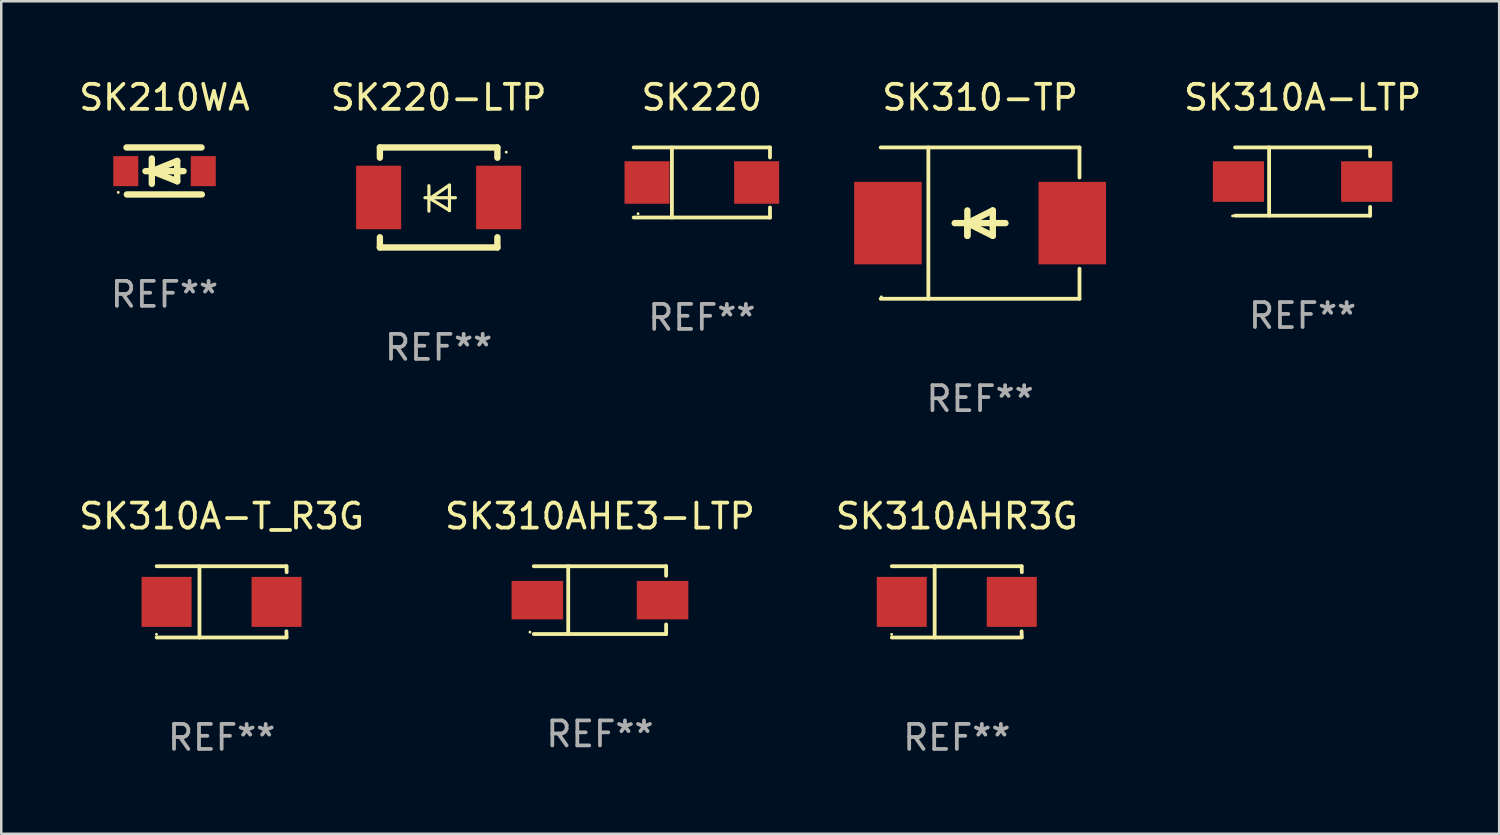
<source format=kicad_pcb>
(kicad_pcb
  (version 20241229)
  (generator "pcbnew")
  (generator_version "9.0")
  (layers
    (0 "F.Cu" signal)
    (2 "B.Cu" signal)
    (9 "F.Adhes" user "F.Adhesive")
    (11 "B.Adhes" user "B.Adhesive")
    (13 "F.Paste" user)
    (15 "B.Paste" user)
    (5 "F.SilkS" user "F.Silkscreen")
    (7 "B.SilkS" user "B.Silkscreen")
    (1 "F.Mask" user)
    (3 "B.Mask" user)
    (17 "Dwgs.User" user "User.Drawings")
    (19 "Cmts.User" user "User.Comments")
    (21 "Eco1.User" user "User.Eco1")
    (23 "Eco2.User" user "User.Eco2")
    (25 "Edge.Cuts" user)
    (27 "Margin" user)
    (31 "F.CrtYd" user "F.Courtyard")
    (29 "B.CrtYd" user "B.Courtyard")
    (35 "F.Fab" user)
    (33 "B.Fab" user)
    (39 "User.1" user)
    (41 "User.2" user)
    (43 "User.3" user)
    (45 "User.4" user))
  (footprint "SK220-LTP"
    (layer "F.Cu")
    (at 14.494 4.848)
    (property "Reference" "SK220-LTP" (at 0 -4 0) (layer "F.SilkS") (effects (font (size 1 1) (thickness 0.15))))
    (attr through_hole)
    (fp_line (start -2.35 -2) (end -2.35 -1.591) (stroke (width 0.254) (type solid)) (layer "F.SilkS"))
    (fp_line (start -2.35 -2) (end 2.35 -2) (stroke (width 0.254) (type solid)) (layer "F.SilkS"))
    (fp_line (start -2.35 1.591) (end -2.35 2) (stroke (width 0.254) (type solid)) (layer "F.SilkS"))
    (fp_line (start -2.35 2) (end 2.35 2) (stroke (width 0.254) (type solid)) (layer "F.SilkS"))
    (fp_line (start -0.548 0.01) (end 0.671 0.01) (stroke (width 0.127) (type solid)) (layer "F.SilkS"))
    (fp_line (start -0.389 -0.47) (end -0.389 0.546) (stroke (width 0.127) (type solid)) (layer "F.SilkS"))
    (fp_line (start -0.35 0.04) (end 0.433 0.52) (stroke (width 0.127) (type solid)) (layer "F.SilkS"))
    (fp_line (start 0.433 -0.5) (end -0.35 0.04) (stroke (width 0.127) (type solid)) (layer "F.SilkS"))
    (fp_line (start 0.433 0.53) (end 0.433 -0.486) (stroke (width 0.127) (type solid)) (layer "F.SilkS"))
    (fp_line (start 2.35 -2) (end 2.35 -1.591) (stroke (width 0.254) (type solid)) (layer "F.SilkS"))
    (fp_line (start 2.35 1.591) (end 2.35 2) (stroke (width 0.254) (type solid)) (layer "F.SilkS"))
    (fp_circle (center 2.704 -1.813) (end 2.734 -1.813) (stroke (width 0.06) (type solid)) (fill no) (layer "F.SilkS"))
    (fp_text user "REF**" (at 0 6 0) (layer "F.Fab") (effects (font (size 1 1) (thickness 0.15))))
    (pad "1" smd rect (at 2.4 0) (size 1.8 2.54) (layers "F.Cu" "F.Mask" "F.Paste"))
    (pad "2" smd rect (at -2.4 0) (size 1.8 2.54) (layers "F.Cu" "F.Mask" "F.Paste")))
  (footprint "SK210WA"
    (layer "F.Cu")
    (at 3.53 3.788)
    (property "Reference" "SK210WA" (at 0 -2.94 0) (layer "F.SilkS") (effects (font (size 1 1) (thickness 0.15))))
    (attr through_hole)
    (fp_line (start -1.52 -0.94) (end 1.48 -0.94) (stroke (width 0.254) (type solid)) (layer "F.SilkS"))
    (fp_line (start -1.507 0.94) (end 1.493 0.94) (stroke (width 0.254) (type solid)) (layer "F.SilkS"))
    (fp_line (start -0.762 0.007) (end 0.762 0.007) (stroke (width 0.254) (type solid)) (layer "F.SilkS"))
    (fp_line (start -0.508 -0.501) (end -0.508 0.515) (stroke (width 0.254) (type solid)) (layer "F.SilkS"))
    (fp_line (start -0.508 0.007) (end 0.508 -0.4) (stroke (width 0.254) (type solid)) (layer "F.SilkS"))
    (fp_line (start 0.508 -0.4) (end 0.508 0.413) (stroke (width 0.254) (type solid)) (layer "F.SilkS"))
    (fp_line (start 0.508 0.413) (end -0.508 0.007) (stroke (width 0.254) (type solid)) (layer "F.SilkS"))
    (fp_circle (center -1.85 0.857) (end -1.82 0.857) (stroke (width 0.06) (type solid)) (fill no) (layer "F.SilkS"))
    (fp_text user "REF**" (at 0 4.94 0) (layer "F.Fab") (effects (font (size 1 1) (thickness 0.15))))
    (pad "1" smd rect (at -1.55 0.007) (size 1 1.2) (layers "F.Cu" "F.Mask" "F.Paste"))
    (pad "2" smd rect (at 1.55 0.007) (size 1 1.2) (layers "F.Cu" "F.Mask" "F.Paste")))
  (footprint "SK310AHE3-LTP"
    (layer "F.Cu")
    (at 20.946 20.953)
    (property "Reference" "SK310AHE3-LTP" (at 0 -3.356 0) (layer "F.SilkS") (effects (font (size 1 1) (thickness 0.15))))
    (attr through_hole)
    (fp_line (start -2.646 -1.356) (end 2.646 -1.356) (stroke (width 0.152) (type solid)) (layer "F.SilkS"))
    (fp_line (start -2.646 1.356) (end 2.646 1.356) (stroke (width 0.152) (type solid)) (layer "F.SilkS"))
    (fp_line (start -1.269 -1.356) (end -1.269 1.356) (stroke (width 0.152) (type solid)) (layer "F.SilkS"))
    (fp_line (start 2.646 -1.356) (end 2.646 -0.973) (stroke (width 0.152) (type solid)) (layer "F.SilkS"))
    (fp_line (start 2.646 1.356) (end 2.646 0.973) (stroke (width 0.152) (type solid)) (layer "F.SilkS"))
    (fp_circle (center -2.8 1.28) (end -2.77 1.28) (stroke (width 0.06) (type solid)) (fill no) (layer "F.SilkS"))
    (fp_text user "REF**" (at 0 5.356 0) (layer "F.Fab") (effects (font (size 1 1) (thickness 0.15))))
    (pad "1" smd rect (at 2.504 0) (size 2.063 1.539) (layers "F.Cu" "F.Mask" "F.Paste"))
    (pad "2" smd rect (at -2.504 0) (size 2.063 1.539) (layers "F.Cu" "F.Mask" "F.Paste")))
  (footprint "SK310-TP"
    (layer "F.Cu")
    (at 36.15 5.874)
    (property "Reference" "SK310-TP" (at 0 -5.026 0) (layer "F.SilkS") (effects (font (size 1 1) (thickness 0.15))))
    (attr through_hole)
    (fp_line (start -3.976 -3.026) (end 3.976 -3.026) (stroke (width 0.152) (type solid)) (layer "F.SilkS"))
    (fp_line (start -3.976 3.026) (end 3.976 3.026) (stroke (width 0.152) (type solid)) (layer "F.SilkS"))
    (fp_line (start -2.069 -3.026) (end -2.069 3.026) (stroke (width 0.152) (type solid)) (layer "F.SilkS"))
    (fp_line (start -0.508 0) (end -0.508 0.508) (stroke (width 0.254) (type solid)) (layer "F.SilkS"))
    (fp_line (start -0.508 0) (end 0.508 0.508) (stroke (width 0.254) (type solid)) (layer "F.SilkS"))
    (fp_line (start -0.508 0.508) (end -0.508 -0.508) (stroke (width 0.254) (type solid)) (layer "F.SilkS"))
    (fp_line (start 0.508 -0.508) (end -0.508 0) (stroke (width 0.254) (type solid)) (layer "F.SilkS"))
    (fp_line (start 0.508 0.508) (end 0.508 -0.508) (stroke (width 0.254) (type solid)) (layer "F.SilkS"))
    (fp_line (start 1.016 0) (end -1.016 0) (stroke (width 0.254) (type solid)) (layer "F.SilkS"))
    (fp_line (start 3.976 -3.026) (end 3.976 -1.823) (stroke (width 0.152) (type solid)) (layer "F.SilkS"))
    (fp_line (start 3.976 3.026) (end 3.976 1.823) (stroke (width 0.152) (type solid)) (layer "F.SilkS"))
    (fp_circle (center -3.95 2.95) (end -3.92 2.95) (stroke (width 0.06) (type solid)) (fill no) (layer "F.SilkS"))
    (fp_text user "REF**" (at 0 7.026 0) (layer "F.Fab") (effects (font (size 1 1) (thickness 0.15))))
    (pad "1" smd rect (at -3.686 0) (size 2.7 3.3) (layers "F.Cu" "F.Mask" "F.Paste"))
    (pad "2" smd rect (at 3.686 0) (size 2.7 3.3) (layers "F.Cu" "F.Mask" "F.Paste")))
  (footprint "SK220"
    (layer "F.Cu")
    (at 25.021 4.249)
    (property "Reference" "SK220" (at 0 -3.401 0) (layer "F.SilkS") (effects (font (size 1 1) (thickness 0.15))))
    (attr through_hole)
    (fp_line (start -2.726 -1.401) (end 2.726 -1.401) (stroke (width 0.152) (type solid)) (layer "F.SilkS"))
    (fp_line (start -2.726 1.401) (end 2.726 1.401) (stroke (width 0.152) (type solid)) (layer "F.SilkS"))
    (fp_line (start -1.197 -1.401) (end -1.197 1.401) (stroke (width 0.152) (type solid)) (layer "F.SilkS"))
    (fp_line (start 2.726 -1.401) (end 2.726 -1) (stroke (width 0.152) (type solid)) (layer "F.SilkS"))
    (fp_line (start 2.726 1.401) (end 2.726 1) (stroke (width 0.152) (type solid)) (layer "F.SilkS"))
    (fp_circle (center -2.55 1.25) (end -2.52 1.25) (stroke (width 0.06) (type solid)) (fill no) (layer "F.SilkS"))
    (fp_text user "REF**" (at 0 5.401 0) (layer "F.Fab") (effects (font (size 1 1) (thickness 0.15))))
    (pad "1" smd rect (at -2.192 0) (size 1.8 1.7) (layers "F.Cu" "F.Mask" "F.Paste"))
    (pad "2" smd rect (at 2.192 0) (size 1.8 1.7) (layers "F.Cu" "F.Mask" "F.Paste")))
  (footprint "SK310A-T_R3G"
    (layer "F.Cu")
    (at 5.815 21.023)
    (property "Reference" "SK310A-T_R3G" (at 0 -3.426 0) (layer "F.SilkS") (effects (font (size 1 1) (thickness 0.15))))
    (attr through_hole)
    (fp_line (start -2.6 -1.426) (end 2.593 -1.426) (stroke (width 0.152) (type solid)) (layer "F.SilkS"))
    (fp_line (start -2.6 1.426) (end 2.593 1.426) (stroke (width 0.152) (type solid)) (layer "F.SilkS"))
    (fp_line (start -0.887 -1.426) (end -0.887 1.426) (stroke (width 0.152) (type solid)) (layer "F.SilkS"))
    (fp_line (start 2.59 1.176) (end 2.597 1.415) (stroke (width 0.152) (type solid)) (layer "F.SilkS"))
    (fp_line (start 2.593 -1.426) (end 2.6 -1.187) (stroke (width 0.152) (type solid)) (layer "F.SilkS"))
    (fp_circle (center -2.608 1.3) (end -2.578 1.3) (stroke (width 0.06) (type solid)) (fill no) (layer "F.SilkS"))
    (fp_text user "REF**" (at 0 5.426 0) (layer "F.Fab") (effects (font (size 1 1) (thickness 0.15))))
    (pad "1" smd rect (at -2.203 0 180) (size 2 2) (layers "F.Cu" "F.Mask" "F.Paste"))
    (pad "2" smd rect (at 2.197 0 180) (size 2 2) (layers "F.Cu" "F.Mask" "F.Paste")))
  (footprint "SK310AHR3G"
    (layer "F.Cu")
    (at 35.22 21.023)
    (property "Reference" "SK310AHR3G" (at 0 -3.426 0) (layer "F.SilkS") (effects (font (size 1 1) (thickness 0.15))))
    (attr through_hole)
    (fp_line (start -2.6 -1.426) (end 2.593 -1.426) (stroke (width 0.152) (type solid)) (layer "F.SilkS"))
    (fp_line (start -2.6 1.426) (end 2.593 1.426) (stroke (width 0.152) (type solid)) (layer "F.SilkS"))
    (fp_line (start -0.887 -1.426) (end -0.887 1.426) (stroke (width 0.152) (type solid)) (layer "F.SilkS"))
    (fp_line (start 2.59 1.176) (end 2.597 1.415) (stroke (width 0.152) (type solid)) (layer "F.SilkS"))
    (fp_line (start 2.593 -1.426) (end 2.6 -1.187) (stroke (width 0.152) (type solid)) (layer "F.SilkS"))
    (fp_circle (center -2.608 1.3) (end -2.578 1.3) (stroke (width 0.06) (type solid)) (fill no) (layer "F.SilkS"))
    (fp_text user "REF**" (at 0 5.426 0) (layer "F.Fab") (effects (font (size 1 1) (thickness 0.15))))
    (pad "1" smd rect (at -2.203 0 180) (size 2 2) (layers "F.Cu" "F.Mask" "F.Paste"))
    (pad "2" smd rect (at 2.197 0 180) (size 2 2) (layers "F.Cu" "F.Mask" "F.Paste")))
  (footprint "SK310A-LTP"
    (layer "F.Cu")
    (at 49.049 4.212)
    (property "Reference" "SK310A-LTP" (at 0 -3.364 0) (layer "F.SilkS") (effects (font (size 1 1) (thickness 0.15))))
    (attr through_hole)
    (fp_line (start -2.701 -1.364) (end 2.701 -1.364) (stroke (width 0.152) (type solid)) (layer "F.SilkS"))
    (fp_line (start -2.701 1.364) (end 2.701 1.364) (stroke (width 0.152) (type solid)) (layer "F.SilkS"))
    (fp_line (start -1.339 -1.364) (end -1.339 1.364) (stroke (width 0.152) (type solid)) (layer "F.SilkS"))
    (fp_line (start 2.701 -1.364) (end 2.701 -1.013) (stroke (width 0.152) (type solid)) (layer "F.SilkS"))
    (fp_line (start 2.701 1.364) (end 2.701 1.013) (stroke (width 0.152) (type solid)) (layer "F.SilkS"))
    (fp_circle (center -2.8 1.375) (end -2.77 1.375) (stroke (width 0.06) (type solid)) (fill no) (layer "F.SilkS"))
    (fp_text user "REF**" (at 0 5.364 0) (layer "F.Fab") (effects (font (size 1 1) (thickness 0.15))))
    (pad "1" smd rect (at -2.565 -0.000025) (size 2.046 1.62) (layers "F.Cu" "F.Mask" "F.Paste"))
    (pad "2" smd rect (at 2.565 -0.000025) (size 2.046 1.62) (layers "F.Cu" "F.Mask" "F.Paste")))
  (gr_rect
    (start -3 -3)
    (end 56.912 30.298)
    (stroke (width 0.1) (type default))
    (fill no)
    (layer "Edge.Cuts")))
</source>
